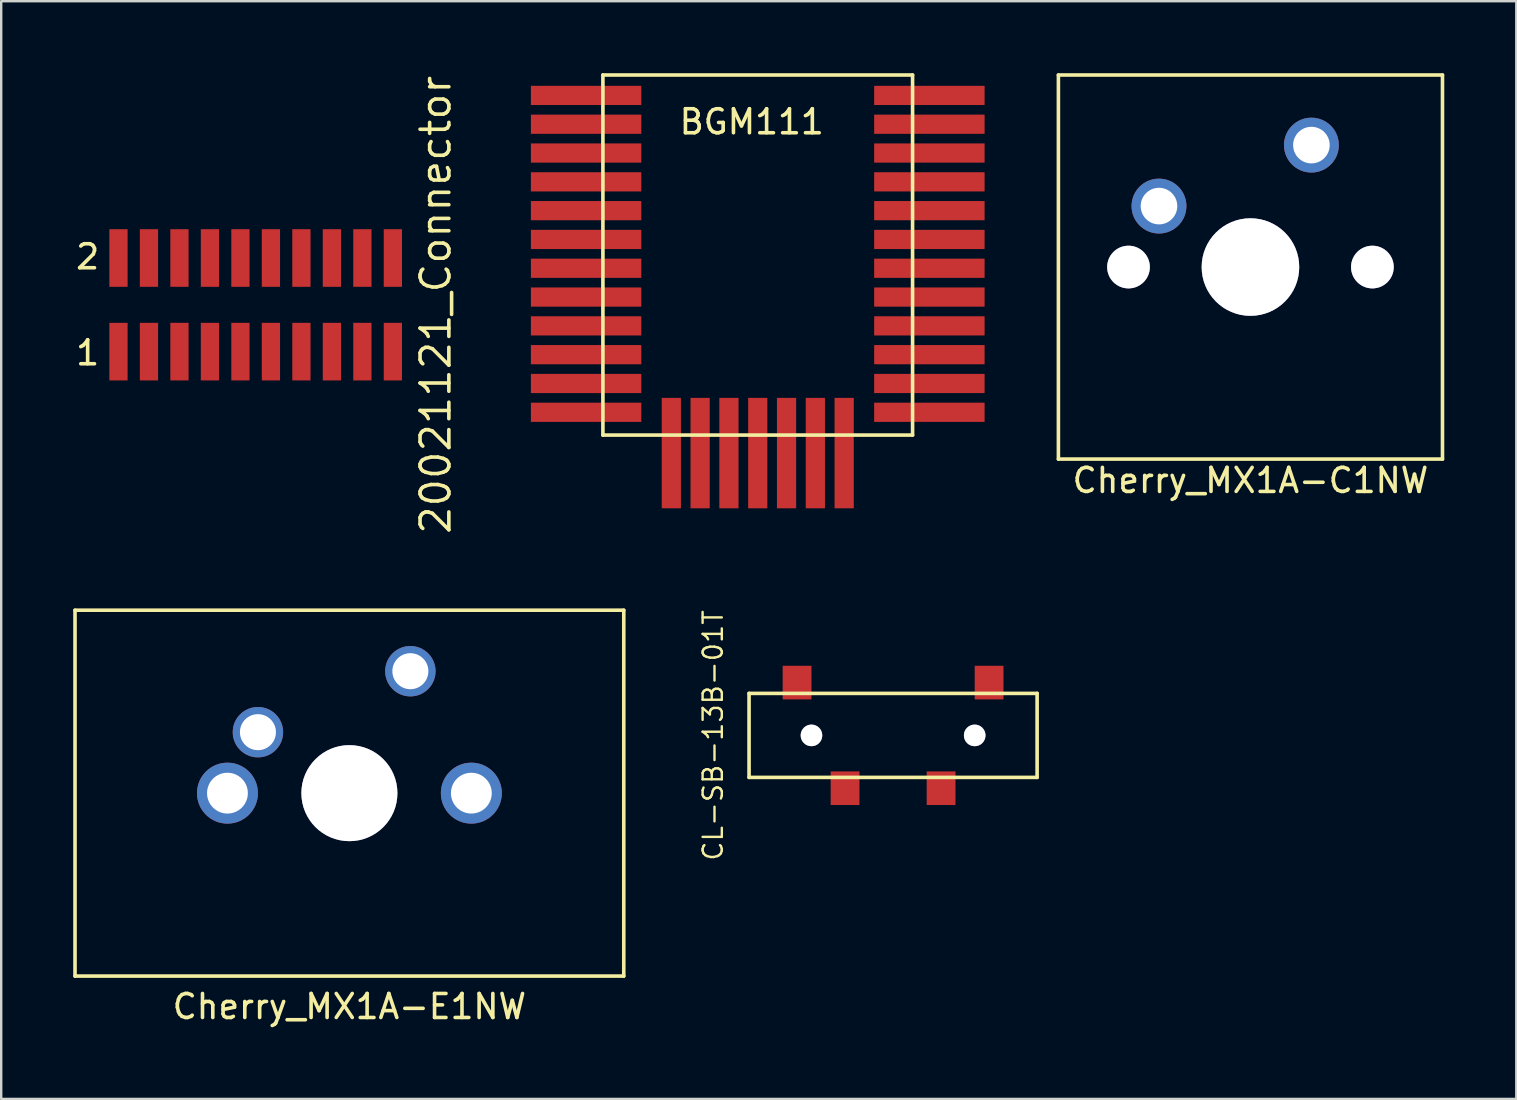
<source format=kicad_pcb>
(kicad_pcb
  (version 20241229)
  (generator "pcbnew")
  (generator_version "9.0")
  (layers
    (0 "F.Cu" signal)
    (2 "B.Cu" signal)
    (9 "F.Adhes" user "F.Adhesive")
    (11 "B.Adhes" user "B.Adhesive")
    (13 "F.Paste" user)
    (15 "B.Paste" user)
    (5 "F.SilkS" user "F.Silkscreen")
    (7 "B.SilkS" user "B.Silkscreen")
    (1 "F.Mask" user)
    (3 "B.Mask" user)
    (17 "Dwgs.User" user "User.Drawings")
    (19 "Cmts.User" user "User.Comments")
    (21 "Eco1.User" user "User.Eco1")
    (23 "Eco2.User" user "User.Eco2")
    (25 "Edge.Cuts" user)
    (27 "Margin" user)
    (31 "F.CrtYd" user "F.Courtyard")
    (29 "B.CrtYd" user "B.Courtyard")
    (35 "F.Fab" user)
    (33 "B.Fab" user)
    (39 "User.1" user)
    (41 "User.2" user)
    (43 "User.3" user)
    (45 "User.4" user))
  (footprint "Cherry_MX1A-C1NW"
    (layer "F.Cu")
    (at 49.041 8.075)
    (property "Reference" "Cherry_MX1A-C1NW" (at 0 8.89 0) (layer "F.SilkS") (effects (font (size 1 1) (thickness 0.15))))
    (attr through_hole)
    (fp_line (start -8 -8) (end 8 -8) (stroke (width 0.15) (type solid)) (layer "F.SilkS"))
    (fp_line (start -8 8) (end -8 -8) (stroke (width 0.15) (type solid)) (layer "F.SilkS"))
    (fp_line (start 8 -8) (end 8 8) (stroke (width 0.15) (type solid)) (layer "F.SilkS"))
    (fp_line (start 8 8) (end -8 8) (stroke (width 0.15) (type solid)) (layer "F.SilkS"))
    (pad "" thru_hole circle (at -5.08 0) (size 1.778 1.778) (drill 1.778) (layers "*.Cu" "*.Mask"))
    (pad "" thru_hole circle (at 0 0) (size 4.064 4.064) (drill 4.064) (layers "*.Cu" "*.Mask"))
    (pad "" thru_hole circle (at 5.08 0) (size 1.778 1.778) (drill 1.778) (layers "*.Cu" "*.Mask"))
    (pad "1" thru_hole circle (at -3.81 -2.54) (size 2.286 2.286) (drill 1.524) (layers "*.Cu" "*.Mask"))
    (pad "2" thru_hole circle (at 2.54 -5.08) (size 2.286 2.286) (drill 1.524) (layers "*.Cu" "*.Mask")))
  (footprint "BGM111"
    (layer "F.Cu")
    (at 22.066 0.925)
    (property "Reference" "BGM111" (at 6.2 1.1 0) (layer "F.SilkS") (effects (font (size 1 1) (thickness 0.15))))
    (attr through_hole)
    (fp_line (start 0 -0.85) (end 12.9 -0.85) (stroke (width 0.15) (type solid)) (layer "F.SilkS"))
    (fp_line (start 0 14.15) (end 0 -0.85) (stroke (width 0.15) (type solid)) (layer "F.SilkS"))
    (fp_line (start 12.9 -0.85) (end 12.9 14.15) (stroke (width 0.15) (type solid)) (layer "F.SilkS"))
    (fp_line (start 12.9 14.15) (end 0 14.15) (stroke (width 0.15) (type solid)) (layer "F.SilkS"))
    (pad "1" smd rect (at -0.7 0) (size 4.6 0.8) (layers "F.Cu" "F.Mask" "F.Paste"))
    (pad "2" smd rect (at -0.7 1.2) (size 4.6 0.8) (layers "F.Cu" "F.Mask" "F.Paste"))
    (pad "3" smd rect (at -0.7 2.4) (size 4.6 0.8) (layers "F.Cu" "F.Mask" "F.Paste"))
    (pad "4" smd rect (at -0.7 3.6) (size 4.6 0.8) (layers "F.Cu" "F.Mask" "F.Paste"))
    (pad "5" smd rect (at -0.7 4.8) (size 4.6 0.8) (layers "F.Cu" "F.Mask" "F.Paste"))
    (pad "6" smd rect (at -0.7 6) (size 4.6 0.8) (layers "F.Cu" "F.Mask" "F.Paste"))
    (pad "7" smd rect (at -0.7 7.2) (size 4.6 0.8) (layers "F.Cu" "F.Mask" "F.Paste"))
    (pad "8" smd rect (at -0.7 8.4) (size 4.6 0.8) (layers "F.Cu" "F.Mask" "F.Paste"))
    (pad "9" smd rect (at -0.7 9.6) (size 4.6 0.8) (layers "F.Cu" "F.Mask" "F.Paste"))
    (pad "10" smd rect (at -0.7 10.8) (size 4.6 0.8) (layers "F.Cu" "F.Mask" "F.Paste"))
    (pad "11" smd rect (at -0.7 12) (size 4.6 0.8) (layers "F.Cu" "F.Mask" "F.Paste"))
    (pad "12" smd rect (at -0.7 13.2) (size 4.6 0.8) (layers "F.Cu" "F.Mask" "F.Paste"))
    (pad "13" smd rect (at 2.85 14.9) (size 0.8 4.6) (layers "F.Cu" "F.Mask" "F.Paste"))
    (pad "14" smd rect (at 4.05 14.9) (size 0.8 4.6) (layers "F.Cu" "F.Mask" "F.Paste"))
    (pad "15" smd rect (at 5.25 14.9) (size 0.8 4.6) (layers "F.Cu" "F.Mask" "F.Paste"))
    (pad "16" smd rect (at 6.45 14.9) (size 0.8 4.6) (layers "F.Cu" "F.Mask" "F.Paste"))
    (pad "17" smd rect (at 7.65 14.9) (size 0.8 4.6) (layers "F.Cu" "F.Mask" "F.Paste"))
    (pad "18" smd rect (at 8.85 14.9) (size 0.8 4.6) (layers "F.Cu" "F.Mask" "F.Paste"))
    (pad "19" smd rect (at 10.05 14.9) (size 0.8 4.6) (layers "F.Cu" "F.Mask" "F.Paste"))
    (pad "20" smd rect (at 13.6 13.2) (size 4.6 0.8) (layers "F.Cu" "F.Mask" "F.Paste"))
    (pad "21" smd rect (at 13.6 12) (size 4.6 0.8) (layers "F.Cu" "F.Mask" "F.Paste"))
    (pad "22" smd rect (at 13.6 10.8) (size 4.6 0.8) (layers "F.Cu" "F.Mask" "F.Paste"))
    (pad "23" smd rect (at 13.6 9.6) (size 4.6 0.8) (layers "F.Cu" "F.Mask" "F.Paste"))
    (pad "24" smd rect (at 13.6 8.4) (size 4.6 0.8) (layers "F.Cu" "F.Mask" "F.Paste"))
    (pad "25" smd rect (at 13.6 7.2) (size 4.6 0.8) (layers "F.Cu" "F.Mask" "F.Paste"))
    (pad "26" smd rect (at 13.6 6) (size 4.6 0.8) (layers "F.Cu" "F.Mask" "F.Paste"))
    (pad "27" smd rect (at 13.6 4.8) (size 4.6 0.8) (layers "F.Cu" "F.Mask" "F.Paste"))
    (pad "28" smd rect (at 13.6 3.6) (size 4.6 0.8) (layers "F.Cu" "F.Mask" "F.Paste"))
    (pad "29" smd rect (at 13.6 2.4) (size 4.6 0.8) (layers "F.Cu" "F.Mask" "F.Paste"))
    (pad "30" smd rect (at 13.6 1.2) (size 4.6 0.8) (layers "F.Cu" "F.Mask" "F.Paste"))
    (pad "31" smd rect (at 13.6 0) (size 4.6 0.8) (layers "F.Cu" "F.Mask" "F.Paste")))
  (footprint "20021121_Connector"
    (layer "F.Cu")
    (at 7.601 9.648)
    (property "Reference" "20021121_Connector" (at 7.5 0 90) (layer "F.SilkS") (effects (font (size 1.2 1.2) (thickness 0.15))))
    (attr through_hole)
    (fp_text user "2" (at -7 -2 0) (layer "F.SilkS") (effects (font (size 1 1) (thickness 0.15))))
    (fp_text user "1" (at -7 2 0) (layer "F.SilkS") (effects (font (size 1 1) (thickness 0.15))))
    (pad "1" smd rect (at -5.715 1.95) (size 0.76 2.4) (layers "F.Cu" "F.Mask" "F.Paste"))
    (pad "2" smd rect (at -5.715 -1.95) (size 0.76 2.4) (layers "F.Cu" "F.Mask" "F.Paste"))
    (pad "3" smd rect (at -4.445 1.95) (size 0.76 2.4) (layers "F.Cu" "F.Mask" "F.Paste"))
    (pad "4" smd rect (at -4.445 -1.95) (size 0.76 2.4) (layers "F.Cu" "F.Mask" "F.Paste"))
    (pad "5" smd rect (at -3.175 1.95) (size 0.76 2.4) (layers "F.Cu" "F.Mask" "F.Paste"))
    (pad "6" smd rect (at -3.175 -1.95) (size 0.76 2.4) (layers "F.Cu" "F.Mask" "F.Paste"))
    (pad "7" smd rect (at -1.905 1.95) (size 0.76 2.4) (layers "F.Cu" "F.Mask" "F.Paste"))
    (pad "8" smd rect (at -1.905 -1.95) (size 0.76 2.4) (layers "F.Cu" "F.Mask" "F.Paste"))
    (pad "9" smd rect (at -0.635 1.95) (size 0.76 2.4) (layers "F.Cu" "F.Mask" "F.Paste"))
    (pad "10" smd rect (at -0.635 -1.95) (size 0.76 2.4) (layers "F.Cu" "F.Mask" "F.Paste"))
    (pad "11" smd rect (at 0.635 1.95) (size 0.76 2.4) (layers "F.Cu" "F.Mask" "F.Paste"))
    (pad "12" smd rect (at 0.635 -1.95) (size 0.76 2.4) (layers "F.Cu" "F.Mask" "F.Paste"))
    (pad "13" smd rect (at 1.905 1.95) (size 0.76 2.4) (layers "F.Cu" "F.Mask" "F.Paste"))
    (pad "14" smd rect (at 1.905 -1.95) (size 0.76 2.4) (layers "F.Cu" "F.Mask" "F.Paste"))
    (pad "15" smd rect (at 3.175 1.95) (size 0.76 2.4) (layers "F.Cu" "F.Mask" "F.Paste"))
    (pad "16" smd rect (at 3.175 -1.95) (size 0.76 2.4) (layers "F.Cu" "F.Mask" "F.Paste"))
    (pad "17" smd rect (at 4.445 1.95) (size 0.76 2.4) (layers "F.Cu" "F.Mask" "F.Paste"))
    (pad "18" smd rect (at 4.445 -1.95) (size 0.76 2.4) (layers "F.Cu" "F.Mask" "F.Paste"))
    (pad "19" smd rect (at 5.715 1.95) (size 0.76 2.4) (layers "F.Cu" "F.Mask" "F.Paste"))
    (pad "20" smd rect (at 5.715 -1.95) (size 0.76 2.4) (layers "F.Cu" "F.Mask" "F.Paste")))
  (footprint "Cherry_MX1A-E1NW"
    (layer "F.Cu")
    (at 11.505 29.991)
    (property "Reference" "Cherry_MX1A-E1NW" (at 0 8.89 0) (layer "F.SilkS") (effects (font (size 1 1) (thickness 0.15))))
    (attr through_hole)
    (fp_line (start -11.43 -7.62) (end 11.43 -7.62) (stroke (width 0.15) (type solid)) (layer "F.SilkS"))
    (fp_line (start -11.43 7.62) (end -11.43 -7.62) (stroke (width 0.15) (type solid)) (layer "F.SilkS"))
    (fp_line (start -11.43 7.62) (end 11.43 7.62) (stroke (width 0.15) (type solid)) (layer "F.SilkS"))
    (fp_line (start 11.43 -7.62) (end 11.43 7.62) (stroke (width 0.15) (type solid)) (layer "F.SilkS"))
    (pad "1" thru_hole circle (at -5.08 0) (size 2.54 2.54) (drill 1.7) (layers "*.Cu" "*.Mask"))
    (pad "2" thru_hole circle (at 5.08 0) (size 2.54 2.54) (drill 1.7) (layers "*.Cu" "*.Mask"))
    (pad "3" thru_hole circle (at -3.81 -2.54) (size 2.1 2.1) (drill 1.5) (layers "*.Cu" "*.Mask"))
    (pad "4" thru_hole circle (at 2.54 -5.08) (size 2.1 2.1) (drill 1.5) (layers "*.Cu" "*.Mask"))
    (pad "5" thru_hole circle (at 0 0) (size 4 4) (drill 4) (layers "*.Cu" "*.Mask")))
  (footprint "CL-SB-13B-01T"
    (layer "F.Cu")
    (at 34.154 27.585)
    (property "Reference" "CL-SB-13B-01T" (at -7.5 0 90) (layer "F.SilkS") (effects (font (size 0.8 0.8) (thickness 0.1))))
    (attr through_hole)
    (fp_line (start -6 -1.75) (end 6 -1.75) (stroke (width 0.15) (type solid)) (layer "F.SilkS"))
    (fp_line (start -6 1.75) (end -6 -1.75) (stroke (width 0.15) (type solid)) (layer "F.SilkS"))
    (fp_line (start 6 -1.75) (end 6 1.75) (stroke (width 0.15) (type solid)) (layer "F.SilkS"))
    (fp_line (start 6 1.75) (end -6 1.75) (stroke (width 0.15) (type solid)) (layer "F.SilkS"))
    (pad "" thru_hole circle (at -3.4 0) (size 0.9 0.9) (drill 0.9) (layers "*.Cu" "*.Mask"))
    (pad "" thru_hole circle (at 3.4 0) (size 0.9 0.9) (drill 0.9) (layers "*.Cu" "*.Mask"))
    (pad "1" smd rect (at -4 -2.2) (size 1.2 1.4) (layers "F.Cu" "F.Mask" "F.Paste"))
    (pad "2" smd rect (at -2 2.2) (size 1.2 1.4) (layers "F.Cu" "F.Mask" "F.Paste"))
    (pad "3" smd rect (at 2 2.2) (size 1.2 1.4) (layers "F.Cu" "F.Mask" "F.Paste"))
    (pad "4" smd rect (at 4 -2.2) (size 1.2 1.4) (layers "F.Cu" "F.Mask" "F.Paste")))
  (gr_rect
    (start -3 -3)
    (end 60.116 42.729)
    (stroke (width 0.1) (type default))
    (fill no)
    (layer "Edge.Cuts")))
</source>
